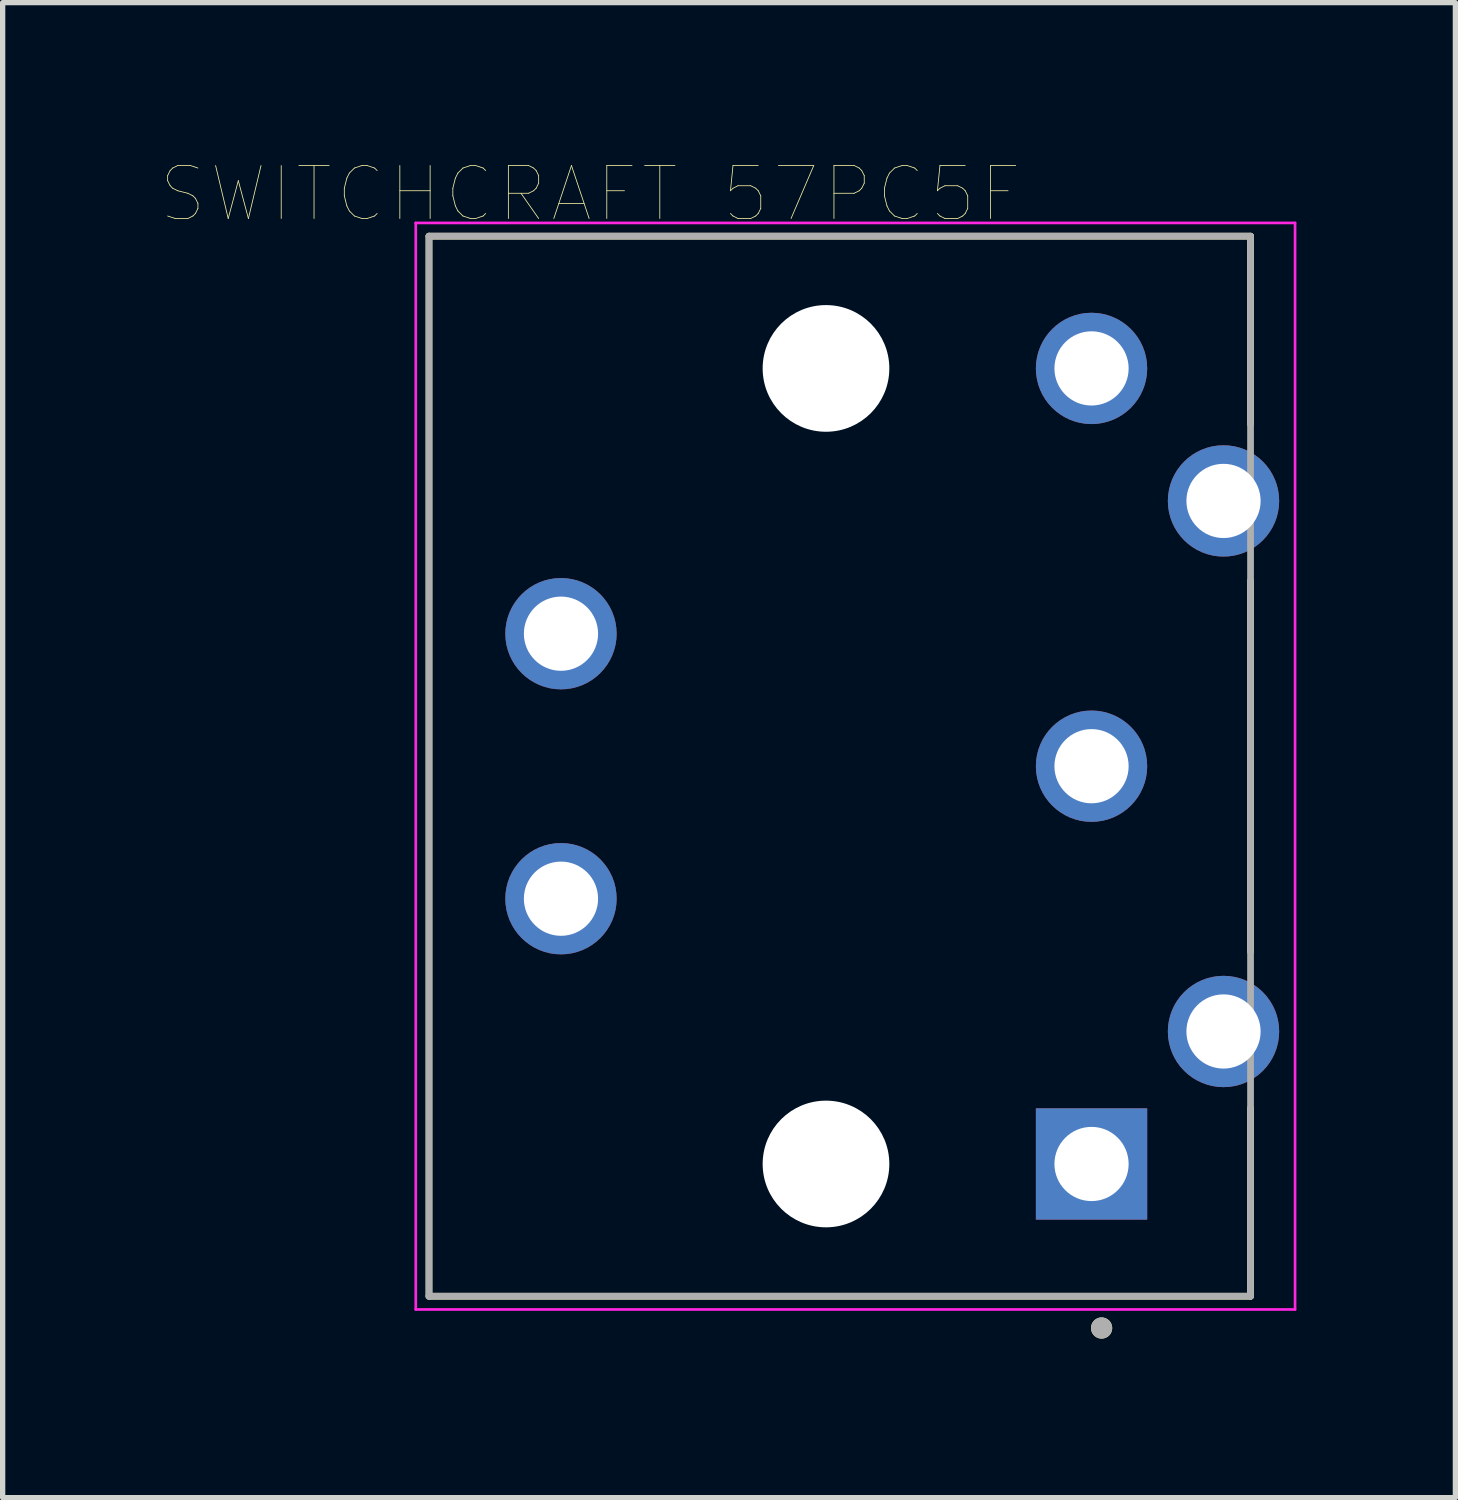
<source format=kicad_pcb>
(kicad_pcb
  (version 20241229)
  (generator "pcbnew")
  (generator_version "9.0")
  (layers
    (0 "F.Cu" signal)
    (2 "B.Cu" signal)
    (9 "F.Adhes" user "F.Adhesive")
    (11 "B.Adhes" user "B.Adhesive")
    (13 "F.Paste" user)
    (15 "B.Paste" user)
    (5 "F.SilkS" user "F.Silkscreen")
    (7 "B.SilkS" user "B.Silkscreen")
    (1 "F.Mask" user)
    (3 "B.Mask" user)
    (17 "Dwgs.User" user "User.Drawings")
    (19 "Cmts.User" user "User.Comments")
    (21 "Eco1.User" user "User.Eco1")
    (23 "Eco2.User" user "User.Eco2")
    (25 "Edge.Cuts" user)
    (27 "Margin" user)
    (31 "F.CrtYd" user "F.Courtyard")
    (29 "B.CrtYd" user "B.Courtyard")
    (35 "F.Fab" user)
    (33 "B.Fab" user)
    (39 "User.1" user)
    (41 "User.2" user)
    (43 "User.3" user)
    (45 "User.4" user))
  (footprint "SWITCHCRAFT_57PC5F"
    (layer "F.Cu")
    (at 12.534 11.406)
    (property "Reference" "SWITCHCRAFT_57PC5F" (at -4.445 -10.795 0) (layer "F.SilkS") (effects (font (size 1 1) (thickness 0.015))))
    (attr through_hole)
    (fp_circle (center 0 -7.505) (end 0.725 -7.505) (stroke (width 1.449) (type solid)) (fill no) (layer "F.Mask"))
    (fp_circle (center 0 7.505) (end 0.725 7.505) (stroke (width 1.449) (type solid)) (fill no) (layer "F.Mask"))
    (fp_circle (center 0 -7.505) (end 0.725 -7.505) (stroke (width 1.449) (type solid)) (fill no) (layer "B.Mask"))
    (fp_circle (center 0 7.505) (end 0.725 7.505) (stroke (width 1.449) (type solid)) (fill no) (layer "B.Mask"))
    (fp_line (start -7.49 -10) (end 8.01 -10) (stroke (width 0.127) (type solid)) (layer "F.SilkS"))
    (fp_line (start -7.49 10) (end -7.49 -10) (stroke (width 0.127) (type solid)) (layer "F.SilkS"))
    (fp_line (start 8.01 -10) (end 8.01 -6.45) (stroke (width 0.127) (type solid)) (layer "F.SilkS"))
    (fp_line (start 8.01 -3.5) (end 8.01 3.5) (stroke (width 0.127) (type solid)) (layer "F.SilkS"))
    (fp_line (start 8.01 6.45) (end 8.01 10) (stroke (width 0.127) (type solid)) (layer "F.SilkS"))
    (fp_line (start 8.01 10) (end -7.49 10) (stroke (width 0.127) (type solid)) (layer "F.SilkS"))
    (fp_circle (center 5.2 10.6) (end 5.3 10.6) (stroke (width 0.2) (type solid)) (fill no) (layer "F.SilkS"))
    (fp_line (start -7.74 -10.25) (end 8.85 -10.25) (stroke (width 0.05) (type solid)) (layer "F.CrtYd"))
    (fp_line (start -7.74 10.25) (end -7.74 -10.25) (stroke (width 0.05) (type solid)) (layer "F.CrtYd"))
    (fp_line (start 8.85 -10.25) (end 8.85 10.25) (stroke (width 0.05) (type solid)) (layer "F.CrtYd"))
    (fp_line (start 8.85 10.25) (end -7.74 10.25) (stroke (width 0.05) (type solid)) (layer "F.CrtYd"))
    (fp_line (start -7.49 -10) (end 8.01 -10) (stroke (width 0.127) (type solid)) (layer "F.Fab"))
    (fp_line (start -7.49 10) (end -7.49 -10) (stroke (width 0.127) (type solid)) (layer "F.Fab"))
    (fp_line (start 8.01 -10) (end 8.01 10) (stroke (width 0.127) (type solid)) (layer "F.Fab"))
    (fp_line (start 8.01 10) (end -7.49 10) (stroke (width 0.127) (type solid)) (layer "F.Fab"))
    (fp_circle (center 5.2 10.6) (end 5.3 10.6) (stroke (width 0.2) (type solid)) (fill no) (layer "F.Fab"))
    (pad "" np_thru_hole circle (at 0 -7.505) (size 2.39 2.39) (drill 2.39) (layers "*.Cu" "*.Mask"))
    (pad "" np_thru_hole circle (at 0 7.505) (size 2.39 2.39) (drill 2.39) (layers "*.Cu" "*.Mask"))
    (pad "1" thru_hole rect (at 5.01 7.505) (size 2.1 2.1) (drill 1.4) (layers "*.Cu" "*.Mask"))
    (pad "2" thru_hole circle (at 5.01 0) (size 2.1 2.1) (drill 1.4) (layers "*.Cu" "*.Mask"))
    (pad "3" thru_hole circle (at 5.01 -7.505) (size 2.1 2.1) (drill 1.4) (layers "*.Cu" "*.Mask"))
    (pad "4" thru_hole circle (at 7.5 5.005) (size 2.1 2.1) (drill 1.4) (layers "*.Cu" "*.Mask"))
    (pad "5" thru_hole circle (at 7.5 -5.005) (size 2.1 2.1) (drill 1.4) (layers "*.Cu" "*.Mask"))
    (pad "G1" thru_hole circle (at -5 -2.5) (size 2.1 2.1) (drill 1.4) (layers "*.Cu" "*.Mask"))
    (pad "G2" thru_hole circle (at -5 2.5) (size 2.1 2.1) (drill 1.4) (layers "*.Cu" "*.Mask")))
  (gr_rect
    (start -3 -3)
    (end 24.409 25.206)
    (stroke (width 0.1) (type default))
    (fill no)
    (layer "Edge.Cuts")))
</source>
